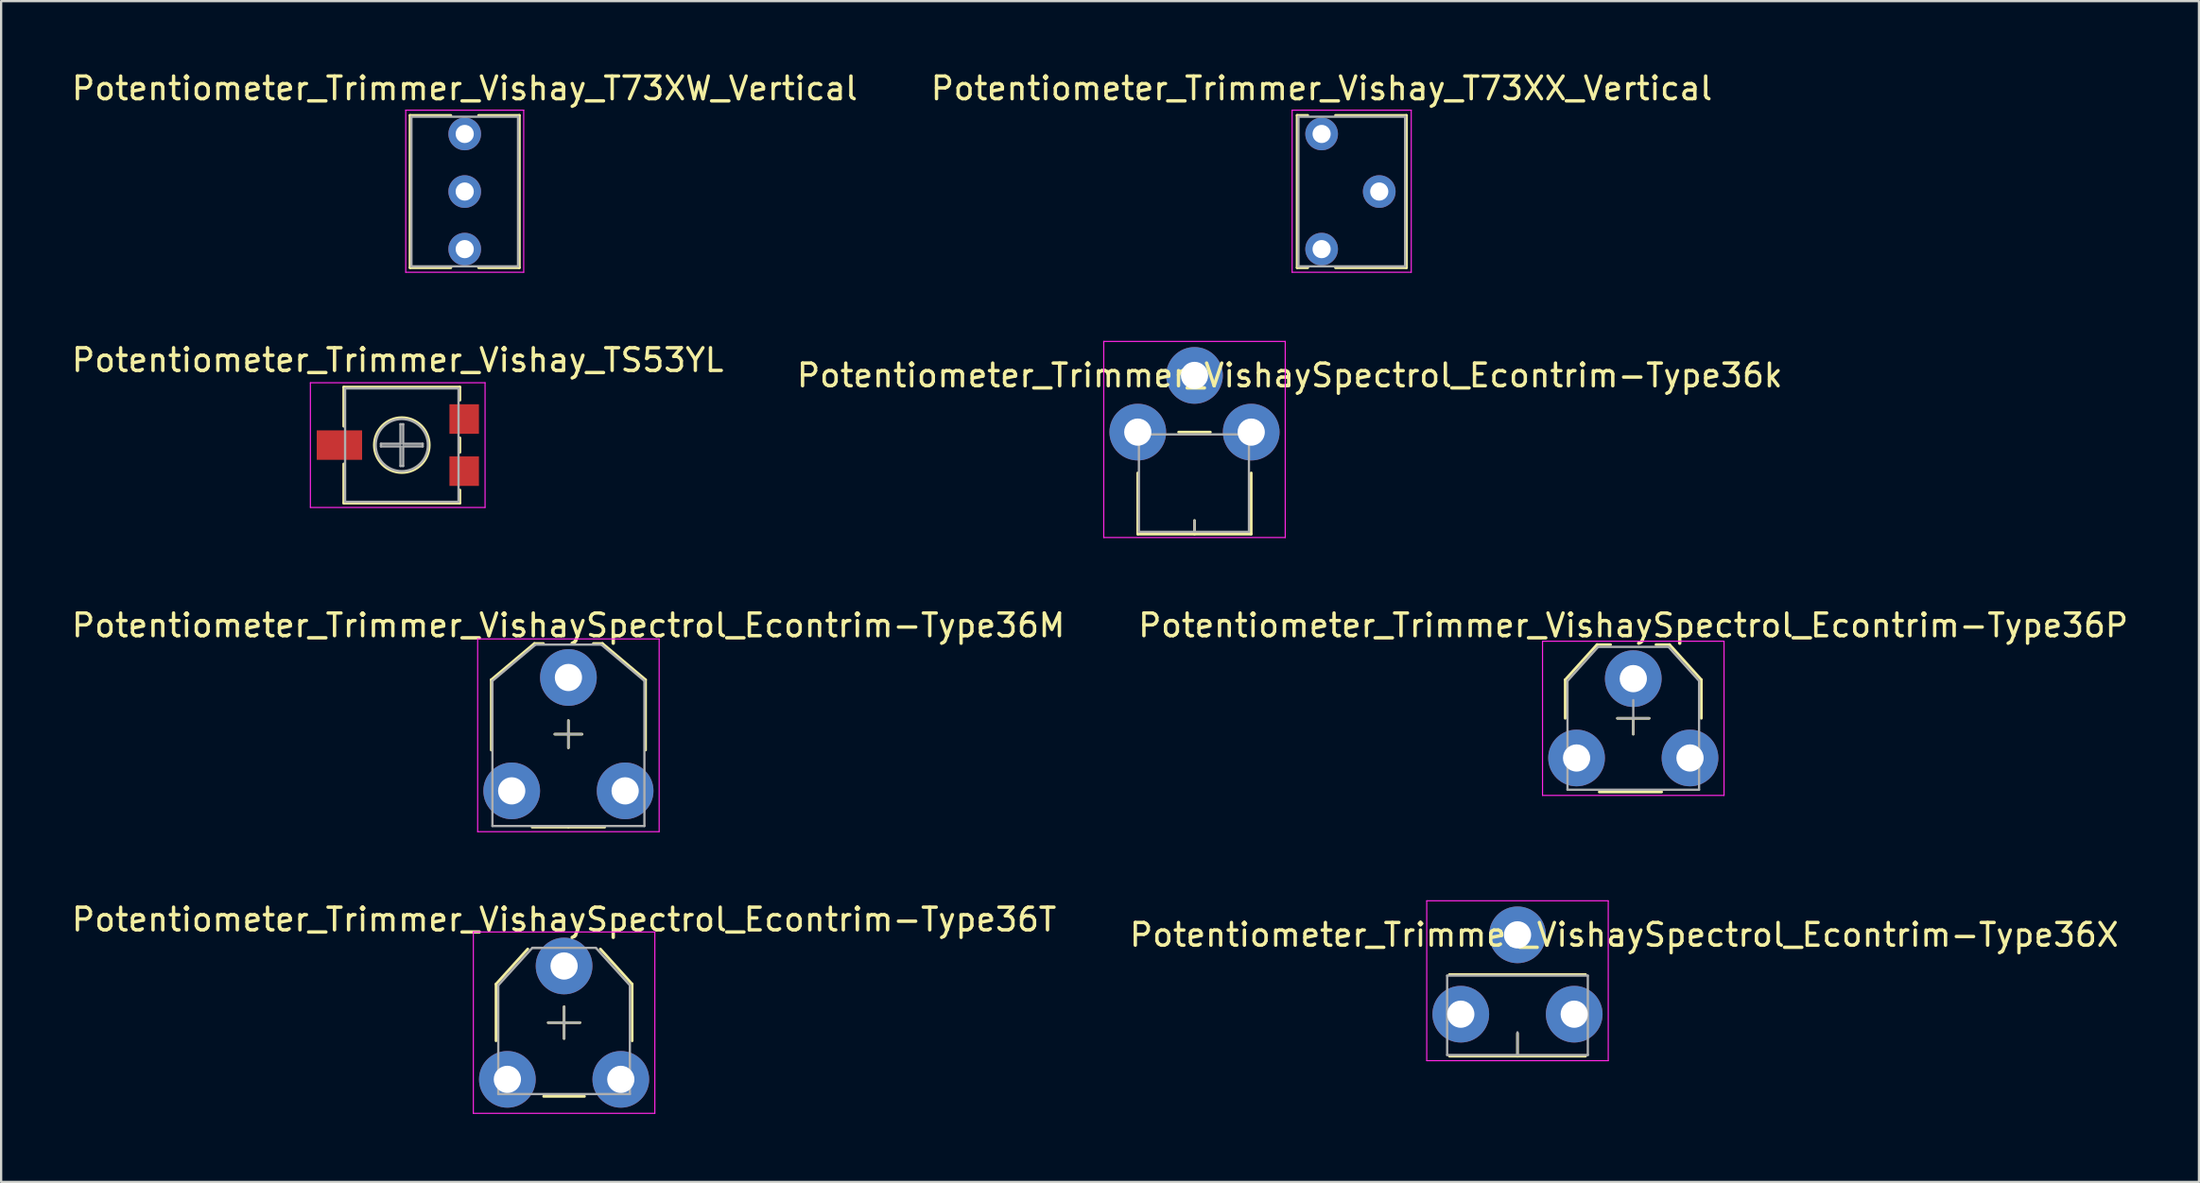
<source format=kicad_pcb>
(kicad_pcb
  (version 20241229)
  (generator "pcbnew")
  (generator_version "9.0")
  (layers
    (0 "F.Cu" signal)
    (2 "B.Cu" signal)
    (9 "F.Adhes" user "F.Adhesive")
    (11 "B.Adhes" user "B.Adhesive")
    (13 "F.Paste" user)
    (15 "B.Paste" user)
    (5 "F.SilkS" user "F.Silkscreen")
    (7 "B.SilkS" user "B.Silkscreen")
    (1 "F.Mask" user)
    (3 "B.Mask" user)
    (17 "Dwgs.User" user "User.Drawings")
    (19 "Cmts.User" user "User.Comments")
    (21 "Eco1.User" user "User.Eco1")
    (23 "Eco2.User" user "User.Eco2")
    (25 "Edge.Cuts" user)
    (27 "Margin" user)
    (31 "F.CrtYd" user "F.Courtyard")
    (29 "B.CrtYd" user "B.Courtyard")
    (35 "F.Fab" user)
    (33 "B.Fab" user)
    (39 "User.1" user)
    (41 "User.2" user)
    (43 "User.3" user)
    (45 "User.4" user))
  (footprint "Potentiometer_Trimmer_VishaySpectrol_Econtrim-Type36M"
    (layer "F.Cu")
    (at 19.506 31.831)
    (property "Reference" "Potentiometer_Trimmer_VishaySpectrol_Econtrim-Type36M" (at 2.5 -7.3 0) (layer "F.SilkS") (effects (font (size 1 1) (thickness 0.15))))
    (attr through_hole)
    (fp_line (start -0.9 -4.9) (end -0.9 -1.8) (stroke (width 0.12) (type solid)) (layer "F.SilkS"))
    (fp_line (start 1 -6.5) (end -0.9 -4.9) (stroke (width 0.12) (type solid)) (layer "F.SilkS"))
    (fp_line (start 1.4 -6.5) (end 1 -6.5) (stroke (width 0.12) (type solid)) (layer "F.SilkS"))
    (fp_line (start 2.5 -3.1) (end 2.5 -1.9) (stroke (width 0.12) (type solid)) (layer "F.SilkS"))
    (fp_line (start 2.5 1.6) (end 0.9 1.6) (stroke (width 0.12) (type solid)) (layer "F.SilkS"))
    (fp_line (start 2.5 1.6) (end 4.1 1.6) (stroke (width 0.12) (type solid)) (layer "F.SilkS"))
    (fp_line (start 3.1 -2.5) (end 1.9 -2.5) (stroke (width 0.12) (type solid)) (layer "F.SilkS"))
    (fp_line (start 3.6 -6.5) (end 4 -6.5) (stroke (width 0.12) (type solid)) (layer "F.SilkS"))
    (fp_line (start 4 -6.5) (end 5.9 -4.9) (stroke (width 0.12) (type solid)) (layer "F.SilkS"))
    (fp_line (start 5.9 -4.9) (end 5.9 -1.8) (stroke (width 0.12) (type solid)) (layer "F.SilkS"))
    (fp_line (start -1.5 -6.7) (end -1.5 1.8) (stroke (width 0.05) (type solid)) (layer "F.CrtYd"))
    (fp_line (start -1.5 -6.7) (end 6.5 -6.7) (stroke (width 0.05) (type solid)) (layer "F.CrtYd"))
    (fp_line (start 6.5 1.8) (end -1.5 1.8) (stroke (width 0.05) (type solid)) (layer "F.CrtYd"))
    (fp_line (start 6.5 1.8) (end 6.5 -6.7) (stroke (width 0.05) (type solid)) (layer "F.CrtYd"))
    (fp_line (start -0.85 -4.85) (end -0.85 1.55) (stroke (width 0.1) (type solid)) (layer "F.Fab"))
    (fp_line (start -0.85 1.55) (end 5.85 1.55) (stroke (width 0.1) (type solid)) (layer "F.Fab"))
    (fp_line (start 1.05 -6.45) (end -0.85 -4.85) (stroke (width 0.1) (type solid)) (layer "F.Fab"))
    (fp_line (start 1.9 -2.5) (end 3.1 -2.5) (stroke (width 0.1) (type solid)) (layer "F.Fab"))
    (fp_line (start 2.5 -3.1) (end 2.5 -1.9) (stroke (width 0.1) (type solid)) (layer "F.Fab"))
    (fp_line (start 3.95 -6.45) (end 1.05 -6.45) (stroke (width 0.1) (type solid)) (layer "F.Fab"))
    (fp_line (start 5.85 -4.85) (end 3.95 -6.45) (stroke (width 0.1) (type solid)) (layer "F.Fab"))
    (fp_line (start 5.85 1.55) (end 5.85 -4.85) (stroke (width 0.1) (type solid)) (layer "F.Fab"))
    (pad "1" thru_hole circle (at 0 0) (size 2.5 2.5) (drill 1.2) (layers "*.Cu" "*.Mask"))
    (pad "2" thru_hole circle (at 2.5 -5) (size 2.5 2.5) (drill 1.2) (layers "*.Cu" "*.Mask"))
    (pad "3" thru_hole circle (at 5 0) (size 2.5 2.5) (drill 1.2) (layers "*.Cu" "*.Mask")))
  (footprint "Potentiometer_Trimmer_Vishay_TS53YL"
    (layer "F.Cu")
    (at 14.662 16.581)
    (property "Reference" "Potentiometer_Trimmer_Vishay_TS53YL" (at -0.18 -3.75 0) (layer "F.SilkS") (effects (font (size 1 1) (thickness 0.15))))
    (attr smd)
    (fp_line (start -2.56 -2.56) (end -2.56 -0.83) (stroke (width 0.12) (type solid)) (layer "F.SilkS"))
    (fp_line (start -2.56 -2.56) (end 2.56 -2.56) (stroke (width 0.12) (type solid)) (layer "F.SilkS"))
    (fp_line (start -2.56 0.83) (end -2.56 2.56) (stroke (width 0.12) (type solid)) (layer "F.SilkS"))
    (fp_line (start -2.56 2.56) (end 2.56 2.56) (stroke (width 0.12) (type solid)) (layer "F.SilkS"))
    (fp_line (start 2.56 -2.56) (end 2.56 -1.98) (stroke (width 0.12) (type solid)) (layer "F.SilkS"))
    (fp_line (start 2.56 -0.32) (end 2.56 0.32) (stroke (width 0.12) (type solid)) (layer "F.SilkS"))
    (fp_line (start 2.56 1.98) (end 2.56 2.56) (stroke (width 0.12) (type solid)) (layer "F.SilkS"))
    (fp_circle (center 0 0) (end 1.21 0) (stroke (width 0.12) (type solid)) (fill no) (layer "F.SilkS"))
    (fp_line (start -4.03 -2.75) (end -4.03 2.75) (stroke (width 0.05) (type solid)) (layer "F.CrtYd"))
    (fp_line (start -4.03 2.75) (end 3.67 2.75) (stroke (width 0.05) (type solid)) (layer "F.CrtYd"))
    (fp_line (start 3.67 -2.75) (end -4.03 -2.75) (stroke (width 0.05) (type solid)) (layer "F.CrtYd"))
    (fp_line (start 3.67 2.75) (end 3.67 -2.75) (stroke (width 0.05) (type solid)) (layer "F.CrtYd"))
    (fp_line (start -2.5 -2.5) (end -2.5 2.5) (stroke (width 0.1) (type solid)) (layer "F.Fab"))
    (fp_line (start -2.5 2.5) (end 2.5 2.5) (stroke (width 0.1) (type solid)) (layer "F.Fab"))
    (fp_line (start -0.92 -0.06) (end -0.06 -0.06) (stroke (width 0.1) (type solid)) (layer "F.Fab"))
    (fp_line (start -0.92 0.06) (end -0.92 -0.06) (stroke (width 0.1) (type solid)) (layer "F.Fab"))
    (fp_line (start -0.06 -0.92) (end 0.06 -0.92) (stroke (width 0.1) (type solid)) (layer "F.Fab"))
    (fp_line (start -0.06 -0.06) (end -0.06 -0.92) (stroke (width 0.1) (type solid)) (layer "F.Fab"))
    (fp_line (start -0.06 0.06) (end -0.92 0.06) (stroke (width 0.1) (type solid)) (layer "F.Fab"))
    (fp_line (start -0.06 0.92) (end -0.06 0.06) (stroke (width 0.1) (type solid)) (layer "F.Fab"))
    (fp_line (start 0.06 -0.92) (end 0.06 -0.06) (stroke (width 0.1) (type solid)) (layer "F.Fab"))
    (fp_line (start 0.06 -0.06) (end 0.92 -0.06) (stroke (width 0.1) (type solid)) (layer "F.Fab"))
    (fp_line (start 0.06 0.06) (end 0.06 0.92) (stroke (width 0.1) (type solid)) (layer "F.Fab"))
    (fp_line (start 0.06 0.92) (end -0.06 0.92) (stroke (width 0.1) (type solid)) (layer "F.Fab"))
    (fp_line (start 0.92 -0.06) (end 0.92 0.06) (stroke (width 0.1) (type solid)) (layer "F.Fab"))
    (fp_line (start 0.92 0.06) (end 0.06 0.06) (stroke (width 0.1) (type solid)) (layer "F.Fab"))
    (fp_line (start 2.5 -2.5) (end -2.5 -2.5) (stroke (width 0.1) (type solid)) (layer "F.Fab"))
    (fp_line (start 2.5 2.5) (end 2.5 -2.5) (stroke (width 0.1) (type solid)) (layer "F.Fab"))
    (fp_circle (center 0 0) (end 1.15 0) (stroke (width 0.1) (type solid)) (fill no) (layer "F.Fab"))
    (pad "1" smd rect (at 2.75 -1.15) (size 1.3 1.3) (layers "F.Cu" "F.Mask"))
    (pad "2" smd rect (at -2.75 0) (size 2 1.3) (layers "F.Cu" "F.Mask"))
    (pad "3" smd rect (at 2.75 1.15) (size 1.3 1.3) (layers "F.Cu" "F.Mask")))
  (footprint "Potentiometer_Trimmer_VishaySpectrol_Econtrim-Type36P"
    (layer "F.Cu")
    (at 66.446 30.381)
    (property "Reference" "Potentiometer_Trimmer_VishaySpectrol_Econtrim-Type36P" (at 2.5 -5.85 0) (layer "F.SilkS") (effects (font (size 1 1) (thickness 0.15))))
    (attr through_hole)
    (fp_line (start -0.5 -3.45) (end -0.5 -1.75) (stroke (width 0.12) (type solid)) (layer "F.SilkS"))
    (fp_line (start 0.9 -5) (end -0.5 -3.45) (stroke (width 0.12) (type solid)) (layer "F.SilkS"))
    (fp_line (start 0.9 -5) (end 1.5 -5) (stroke (width 0.12) (type solid)) (layer "F.SilkS"))
    (fp_line (start 1 1.5) (end 3.75 1.5) (stroke (width 0.12) (type solid)) (layer "F.SilkS"))
    (fp_line (start 1.8 -1.75) (end 3.2 -1.75) (stroke (width 0.12) (type solid)) (layer "F.SilkS"))
    (fp_line (start 2.5 -1.75) (end 2.5 -1.05) (stroke (width 0.12) (type solid)) (layer "F.SilkS"))
    (fp_line (start 4.1 -5) (end 3.5 -5) (stroke (width 0.12) (type solid)) (layer "F.SilkS"))
    (fp_line (start 4.1 -5) (end 5.5 -3.45) (stroke (width 0.12) (type solid)) (layer "F.SilkS"))
    (fp_line (start 5.5 -3.45) (end 5.5 -1.75) (stroke (width 0.12) (type solid)) (layer "F.SilkS"))
    (fp_line (start -1.5 -5.15) (end -1.5 1.65) (stroke (width 0.05) (type solid)) (layer "F.CrtYd"))
    (fp_line (start -1.5 -5.15) (end 6.5 -5.15) (stroke (width 0.05) (type solid)) (layer "F.CrtYd"))
    (fp_line (start 6.5 1.65) (end -1.5 1.65) (stroke (width 0.05) (type solid)) (layer "F.CrtYd"))
    (fp_line (start 6.5 1.65) (end 6.5 -5.15) (stroke (width 0.05) (type solid)) (layer "F.CrtYd"))
    (fp_line (start -0.4 -3.4) (end -0.4 1.4) (stroke (width 0.1) (type solid)) (layer "F.Fab"))
    (fp_line (start -0.4 1.4) (end 5.4 1.4) (stroke (width 0.1) (type solid)) (layer "F.Fab"))
    (fp_line (start 0.95 -4.9) (end -0.4 -3.4) (stroke (width 0.1) (type solid)) (layer "F.Fab"))
    (fp_line (start 2.5 -1.05) (end 2.5 -2.55) (stroke (width 0.1) (type solid)) (layer "F.Fab"))
    (fp_line (start 3.2 -1.75) (end 1.8 -1.75) (stroke (width 0.1) (type solid)) (layer "F.Fab"))
    (fp_line (start 4.05 -4.9) (end 0.95 -4.9) (stroke (width 0.1) (type solid)) (layer "F.Fab"))
    (fp_line (start 5.4 -3.4) (end 4.05 -4.9) (stroke (width 0.1) (type solid)) (layer "F.Fab"))
    (fp_line (start 5.4 1.4) (end 5.4 -3.4) (stroke (width 0.1) (type solid)) (layer "F.Fab"))
    (pad "1" thru_hole circle (at 0 0) (size 2.5 2.5) (drill 1.2) (layers "*.Cu" "*.Mask"))
    (pad "2" thru_hole circle (at 2.5 -3.5) (size 2.5 2.5) (drill 1.2) (layers "*.Cu" "*.Mask"))
    (pad "3" thru_hole circle (at 5 0) (size 2.5 2.5) (drill 1.2) (layers "*.Cu" "*.Mask")))
  (footprint "Potentiometer_Trimmer_Vishay_T73XX_Vertical"
    (layer "F.Cu")
    (at 55.208 2.858)
    (property "Reference" "Potentiometer_Trimmer_Vishay_T73XX_Vertical" (at 0 -2.01 0) (layer "F.SilkS") (effects (font (size 1 1) (thickness 0.15))))
    (attr through_hole)
    (fp_line (start -1.08 -0.82) (end -1.08 5.9) (stroke (width 0.12) (type solid)) (layer "F.SilkS"))
    (fp_line (start -1.08 -0.82) (end -0.611 -0.82) (stroke (width 0.12) (type solid)) (layer "F.SilkS"))
    (fp_line (start -1.08 5.9) (end -0.611 5.9) (stroke (width 0.12) (type solid)) (layer "F.SilkS"))
    (fp_line (start 0.611 -0.82) (end 3.74 -0.82) (stroke (width 0.12) (type solid)) (layer "F.SilkS"))
    (fp_line (start 0.611 5.9) (end 3.74 5.9) (stroke (width 0.12) (type solid)) (layer "F.SilkS"))
    (fp_line (start 3.74 -0.82) (end 3.74 5.9) (stroke (width 0.12) (type solid)) (layer "F.SilkS"))
    (fp_line (start -1.3 -1.05) (end -1.3 6.1) (stroke (width 0.05) (type solid)) (layer "F.CrtYd"))
    (fp_line (start -1.3 6.1) (end 3.95 6.1) (stroke (width 0.05) (type solid)) (layer "F.CrtYd"))
    (fp_line (start 3.95 -1.05) (end -1.3 -1.05) (stroke (width 0.05) (type solid)) (layer "F.CrtYd"))
    (fp_line (start 3.95 6.1) (end 3.95 -1.05) (stroke (width 0.05) (type solid)) (layer "F.CrtYd"))
    (fp_line (start -1.02 -0.76) (end 3.68 -0.76) (stroke (width 0.1) (type solid)) (layer "F.Fab"))
    (fp_line (start -1.02 5.84) (end -1.02 -0.76) (stroke (width 0.1) (type solid)) (layer "F.Fab"))
    (fp_line (start 3.68 -0.76) (end 3.68 5.84) (stroke (width 0.1) (type solid)) (layer "F.Fab"))
    (fp_line (start 3.68 5.84) (end -1.02 5.84) (stroke (width 0.1) (type solid)) (layer "F.Fab"))
    (pad "1" thru_hole circle (at 0 0) (size 1.44 1.44) (drill 0.8) (layers "*.Cu" "*.Mask"))
    (pad "2" thru_hole circle (at 2.54 2.54) (size 1.44 1.44) (drill 0.8) (layers "*.Cu" "*.Mask"))
    (pad "3" thru_hole circle (at 0 5.08) (size 1.44 1.44) (drill 0.8) (layers "*.Cu" "*.Mask")))
  (footprint "Potentiometer_Trimmer_VishaySpectrol_Econtrim-Type36X"
    (layer "F.Cu")
    (at 61.342 41.681)
    (property "Reference" "Potentiometer_Trimmer_VishaySpectrol_Econtrim-Type36X" (at 7.2 -3.5 0) (layer "F.SilkS") (effects (font (size 1 1) (thickness 0.15))))
    (attr through_hole)
    (fp_line (start -0.5 -1.75) (end 5.5 -1.75) (stroke (width 0.12) (type solid)) (layer "F.SilkS"))
    (fp_line (start 2.5 0.85) (end 2.5 1.85) (stroke (width 0.12) (type solid)) (layer "F.SilkS"))
    (fp_line (start 5.5 1.85) (end -0.5 1.85) (stroke (width 0.12) (type solid)) (layer "F.SilkS"))
    (fp_line (start -1.5 -5) (end -1.5 2.05) (stroke (width 0.05) (type solid)) (layer "F.CrtYd"))
    (fp_line (start -1.5 -5) (end 6.5 -5) (stroke (width 0.05) (type solid)) (layer "F.CrtYd"))
    (fp_line (start 6.5 2.05) (end -1.5 2.05) (stroke (width 0.05) (type solid)) (layer "F.CrtYd"))
    (fp_line (start 6.5 2.05) (end 6.5 -5) (stroke (width 0.05) (type solid)) (layer "F.CrtYd"))
    (fp_line (start -0.6 -1.7) (end 5.6 -1.7) (stroke (width 0.1) (type solid)) (layer "F.Fab"))
    (fp_line (start -0.6 1.8) (end -0.6 -1.7) (stroke (width 0.1) (type solid)) (layer "F.Fab"))
    (fp_line (start 2.5 1.8) (end 2.5 0.8) (stroke (width 0.1) (type solid)) (layer "F.Fab"))
    (fp_line (start 5.6 -1.7) (end 5.6 1.8) (stroke (width 0.1) (type solid)) (layer "F.Fab"))
    (fp_line (start 5.6 1.8) (end -0.6 1.8) (stroke (width 0.1) (type solid)) (layer "F.Fab"))
    (pad "1" thru_hole circle (at 0 0) (size 2.5 2.5) (drill 1.2) (layers "*.Cu" "*.Mask"))
    (pad "2" thru_hole circle (at 2.5 -3.5) (size 2.5 2.5) (drill 1.2) (layers "*.Cu" "*.Mask"))
    (pad "3" thru_hole circle (at 5 0) (size 2.5 2.5) (drill 1.2) (layers "*.Cu" "*.Mask")))
  (footprint "Potentiometer_Trimmer_VishaySpectrol_Econtrim-Type36T"
    (layer "F.Cu")
    (at 19.315 44.555)
    (property "Reference" "Potentiometer_Trimmer_VishaySpectrol_Econtrim-Type36T" (at 2.5 -7.05 0) (layer "F.SilkS") (effects (font (size 1 1) (thickness 0.15))))
    (attr through_hole)
    (fp_line (start -0.5 -4.2) (end -0.5 -1.7) (stroke (width 0.12) (type solid)) (layer "F.SilkS"))
    (fp_line (start 0.9 -5.75) (end -0.5 -4.2) (stroke (width 0.12) (type solid)) (layer "F.SilkS"))
    (fp_line (start 1.6 0.75) (end 3.4 0.75) (stroke (width 0.12) (type solid)) (layer "F.SilkS"))
    (fp_line (start 1.8 -2.5) (end 3.2 -2.5) (stroke (width 0.12) (type solid)) (layer "F.SilkS"))
    (fp_line (start 2.5 -1.8) (end 2.5 -3.2) (stroke (width 0.12) (type solid)) (layer "F.SilkS"))
    (fp_line (start 4.1 -5.75) (end 5.5 -4.2) (stroke (width 0.12) (type solid)) (layer "F.SilkS"))
    (fp_line (start 5.5 -4.2) (end 5.5 -1.7) (stroke (width 0.12) (type solid)) (layer "F.SilkS"))
    (fp_line (start -1.5 -6.5) (end -1.5 1.5) (stroke (width 0.05) (type solid)) (layer "F.CrtYd"))
    (fp_line (start -1.5 -6.5) (end 6.5 -6.5) (stroke (width 0.05) (type solid)) (layer "F.CrtYd"))
    (fp_line (start 6.5 1.5) (end -1.5 1.5) (stroke (width 0.05) (type solid)) (layer "F.CrtYd"))
    (fp_line (start 6.5 1.5) (end 6.5 -6.5) (stroke (width 0.05) (type solid)) (layer "F.CrtYd"))
    (fp_line (start -0.4 -4.15) (end -0.4 0.65) (stroke (width 0.1) (type solid)) (layer "F.Fab"))
    (fp_line (start -0.4 -4.15) (end 1.1 -5.8) (stroke (width 0.1) (type solid)) (layer "F.Fab"))
    (fp_line (start -0.4 0.65) (end 5.4 0.65) (stroke (width 0.1) (type solid)) (layer "F.Fab"))
    (fp_line (start 1.1 -5.8) (end 1.5 -5.8) (stroke (width 0.1) (type solid)) (layer "F.Fab"))
    (fp_line (start 1.8 -2.5) (end 3.2 -2.5) (stroke (width 0.1) (type solid)) (layer "F.Fab"))
    (fp_line (start 2.5 -1.8) (end 2.5 -3.2) (stroke (width 0.1) (type solid)) (layer "F.Fab"))
    (fp_line (start 3.9 -5.8) (end 1.15 -5.8) (stroke (width 0.1) (type solid)) (layer "F.Fab"))
    (fp_line (start 5.4 -4.15) (end 3.9 -5.8) (stroke (width 0.1) (type solid)) (layer "F.Fab"))
    (fp_line (start 5.4 0.65) (end 5.4 -4.15) (stroke (width 0.1) (type solid)) (layer "F.Fab"))
    (pad "1" thru_hole circle (at 0 0) (size 2.5 2.5) (drill 1.2) (layers "*.Cu" "*.Mask"))
    (pad "2" thru_hole circle (at 2.5 -5) (size 2.5 2.5) (drill 1.2) (layers "*.Cu" "*.Mask"))
    (pad "3" thru_hole circle (at 5 0) (size 2.5 2.5) (drill 1.2) (layers "*.Cu" "*.Mask")))
  (footprint "Potentiometer_Trimmer_VishaySpectrol_Econtrim-Type36k"
    (layer "F.Cu")
    (at 47.104 16.008)
    (property "Reference" "Potentiometer_Trimmer_VishaySpectrol_Econtrim-Type36k" (at 6.7 -2.5 0) (layer "F.SilkS") (effects (font (size 1 1) (thickness 0.15))))
    (attr through_hole)
    (fp_line (start 0 1.8) (end 0 4.5) (stroke (width 0.12) (type solid)) (layer "F.SilkS"))
    (fp_line (start 0 4.5) (end 5 4.5) (stroke (width 0.12) (type solid)) (layer "F.SilkS"))
    (fp_line (start 1.8 0) (end 3.2 0) (stroke (width 0.12) (type solid)) (layer "F.SilkS"))
    (fp_line (start 2.5 4.5) (end 2.5 3.9) (stroke (width 0.12) (type solid)) (layer "F.SilkS"))
    (fp_line (start 5 4.5) (end 5 1.8) (stroke (width 0.12) (type solid)) (layer "F.SilkS"))
    (fp_line (start -1.5 -4) (end -1.5 4.65) (stroke (width 0.05) (type solid)) (layer "F.CrtYd"))
    (fp_line (start -1.5 -4) (end 6.5 -4) (stroke (width 0.05) (type solid)) (layer "F.CrtYd"))
    (fp_line (start 6.5 4.65) (end -1.5 4.65) (stroke (width 0.05) (type solid)) (layer "F.CrtYd"))
    (fp_line (start 6.5 4.65) (end 6.5 -4) (stroke (width 0.05) (type solid)) (layer "F.CrtYd"))
    (fp_line (start 0.05 0.1) (end 0.05 4.4) (stroke (width 0.1) (type solid)) (layer "F.Fab"))
    (fp_line (start 0.05 4.4) (end 4.9 4.4) (stroke (width 0.1) (type solid)) (layer "F.Fab"))
    (fp_line (start 2.5 4.4) (end 2.5 3.9) (stroke (width 0.1) (type solid)) (layer "F.Fab"))
    (fp_line (start 4.9 0.1) (end 0.05 0.1) (stroke (width 0.1) (type solid)) (layer "F.Fab"))
    (fp_line (start 4.9 4.4) (end 4.9 0.1) (stroke (width 0.1) (type solid)) (layer "F.Fab"))
    (pad "1" thru_hole circle (at 0 0) (size 2.5 2.5) (drill 1.2) (layers "*.Cu" "*.Mask"))
    (pad "2" thru_hole circle (at 2.5 -2.5) (size 2.5 2.5) (drill 1.2) (layers "*.Cu" "*.Mask"))
    (pad "3" thru_hole circle (at 5 0) (size 2.5 2.5) (drill 1.2) (layers "*.Cu" "*.Mask")))
  (footprint "Potentiometer_Trimmer_Vishay_T73XW_Vertical"
    (layer "F.Cu")
    (at 17.435 2.858)
    (property "Reference" "Potentiometer_Trimmer_Vishay_T73XW_Vertical" (at 0 -2.01 0) (layer "F.SilkS") (effects (font (size 1 1) (thickness 0.15))))
    (attr through_hole)
    (fp_line (start -2.41 -0.82) (end -2.41 5.9) (stroke (width 0.12) (type solid)) (layer "F.SilkS"))
    (fp_line (start -2.41 -0.82) (end -0.611 -0.82) (stroke (width 0.12) (type solid)) (layer "F.SilkS"))
    (fp_line (start -2.41 5.9) (end -0.611 5.9) (stroke (width 0.12) (type solid)) (layer "F.SilkS"))
    (fp_line (start 0.611 -0.82) (end 2.41 -0.82) (stroke (width 0.12) (type solid)) (layer "F.SilkS"))
    (fp_line (start 0.611 5.9) (end 2.41 5.9) (stroke (width 0.12) (type solid)) (layer "F.SilkS"))
    (fp_line (start 2.41 -0.82) (end 2.41 5.9) (stroke (width 0.12) (type solid)) (layer "F.SilkS"))
    (fp_line (start -2.6 -1.05) (end -2.6 6.1) (stroke (width 0.05) (type solid)) (layer "F.CrtYd"))
    (fp_line (start -2.6 6.1) (end 2.6 6.1) (stroke (width 0.05) (type solid)) (layer "F.CrtYd"))
    (fp_line (start 2.6 -1.05) (end -2.6 -1.05) (stroke (width 0.05) (type solid)) (layer "F.CrtYd"))
    (fp_line (start 2.6 6.1) (end 2.6 -1.05) (stroke (width 0.05) (type solid)) (layer "F.CrtYd"))
    (fp_line (start -2.35 -0.76) (end 2.35 -0.76) (stroke (width 0.1) (type solid)) (layer "F.Fab"))
    (fp_line (start -2.35 5.84) (end -2.35 -0.76) (stroke (width 0.1) (type solid)) (layer "F.Fab"))
    (fp_line (start 2.35 -0.76) (end 2.35 5.84) (stroke (width 0.1) (type solid)) (layer "F.Fab"))
    (fp_line (start 2.35 5.84) (end -2.35 5.84) (stroke (width 0.1) (type solid)) (layer "F.Fab"))
    (pad "1" thru_hole circle (at 0 0) (size 1.44 1.44) (drill 0.8) (layers "*.Cu" "*.Mask"))
    (pad "2" thru_hole circle (at 0 2.54) (size 1.44 1.44) (drill 0.8) (layers "*.Cu" "*.Mask"))
    (pad "3" thru_hole circle (at 0 5.08) (size 1.44 1.44) (drill 0.8) (layers "*.Cu" "*.Mask")))
  (gr_rect
    (start -3 -3)
    (end 93.881 49.08)
    (stroke (width 0.1) (type default))
    (fill no)
    (layer "Edge.Cuts")))
</source>
